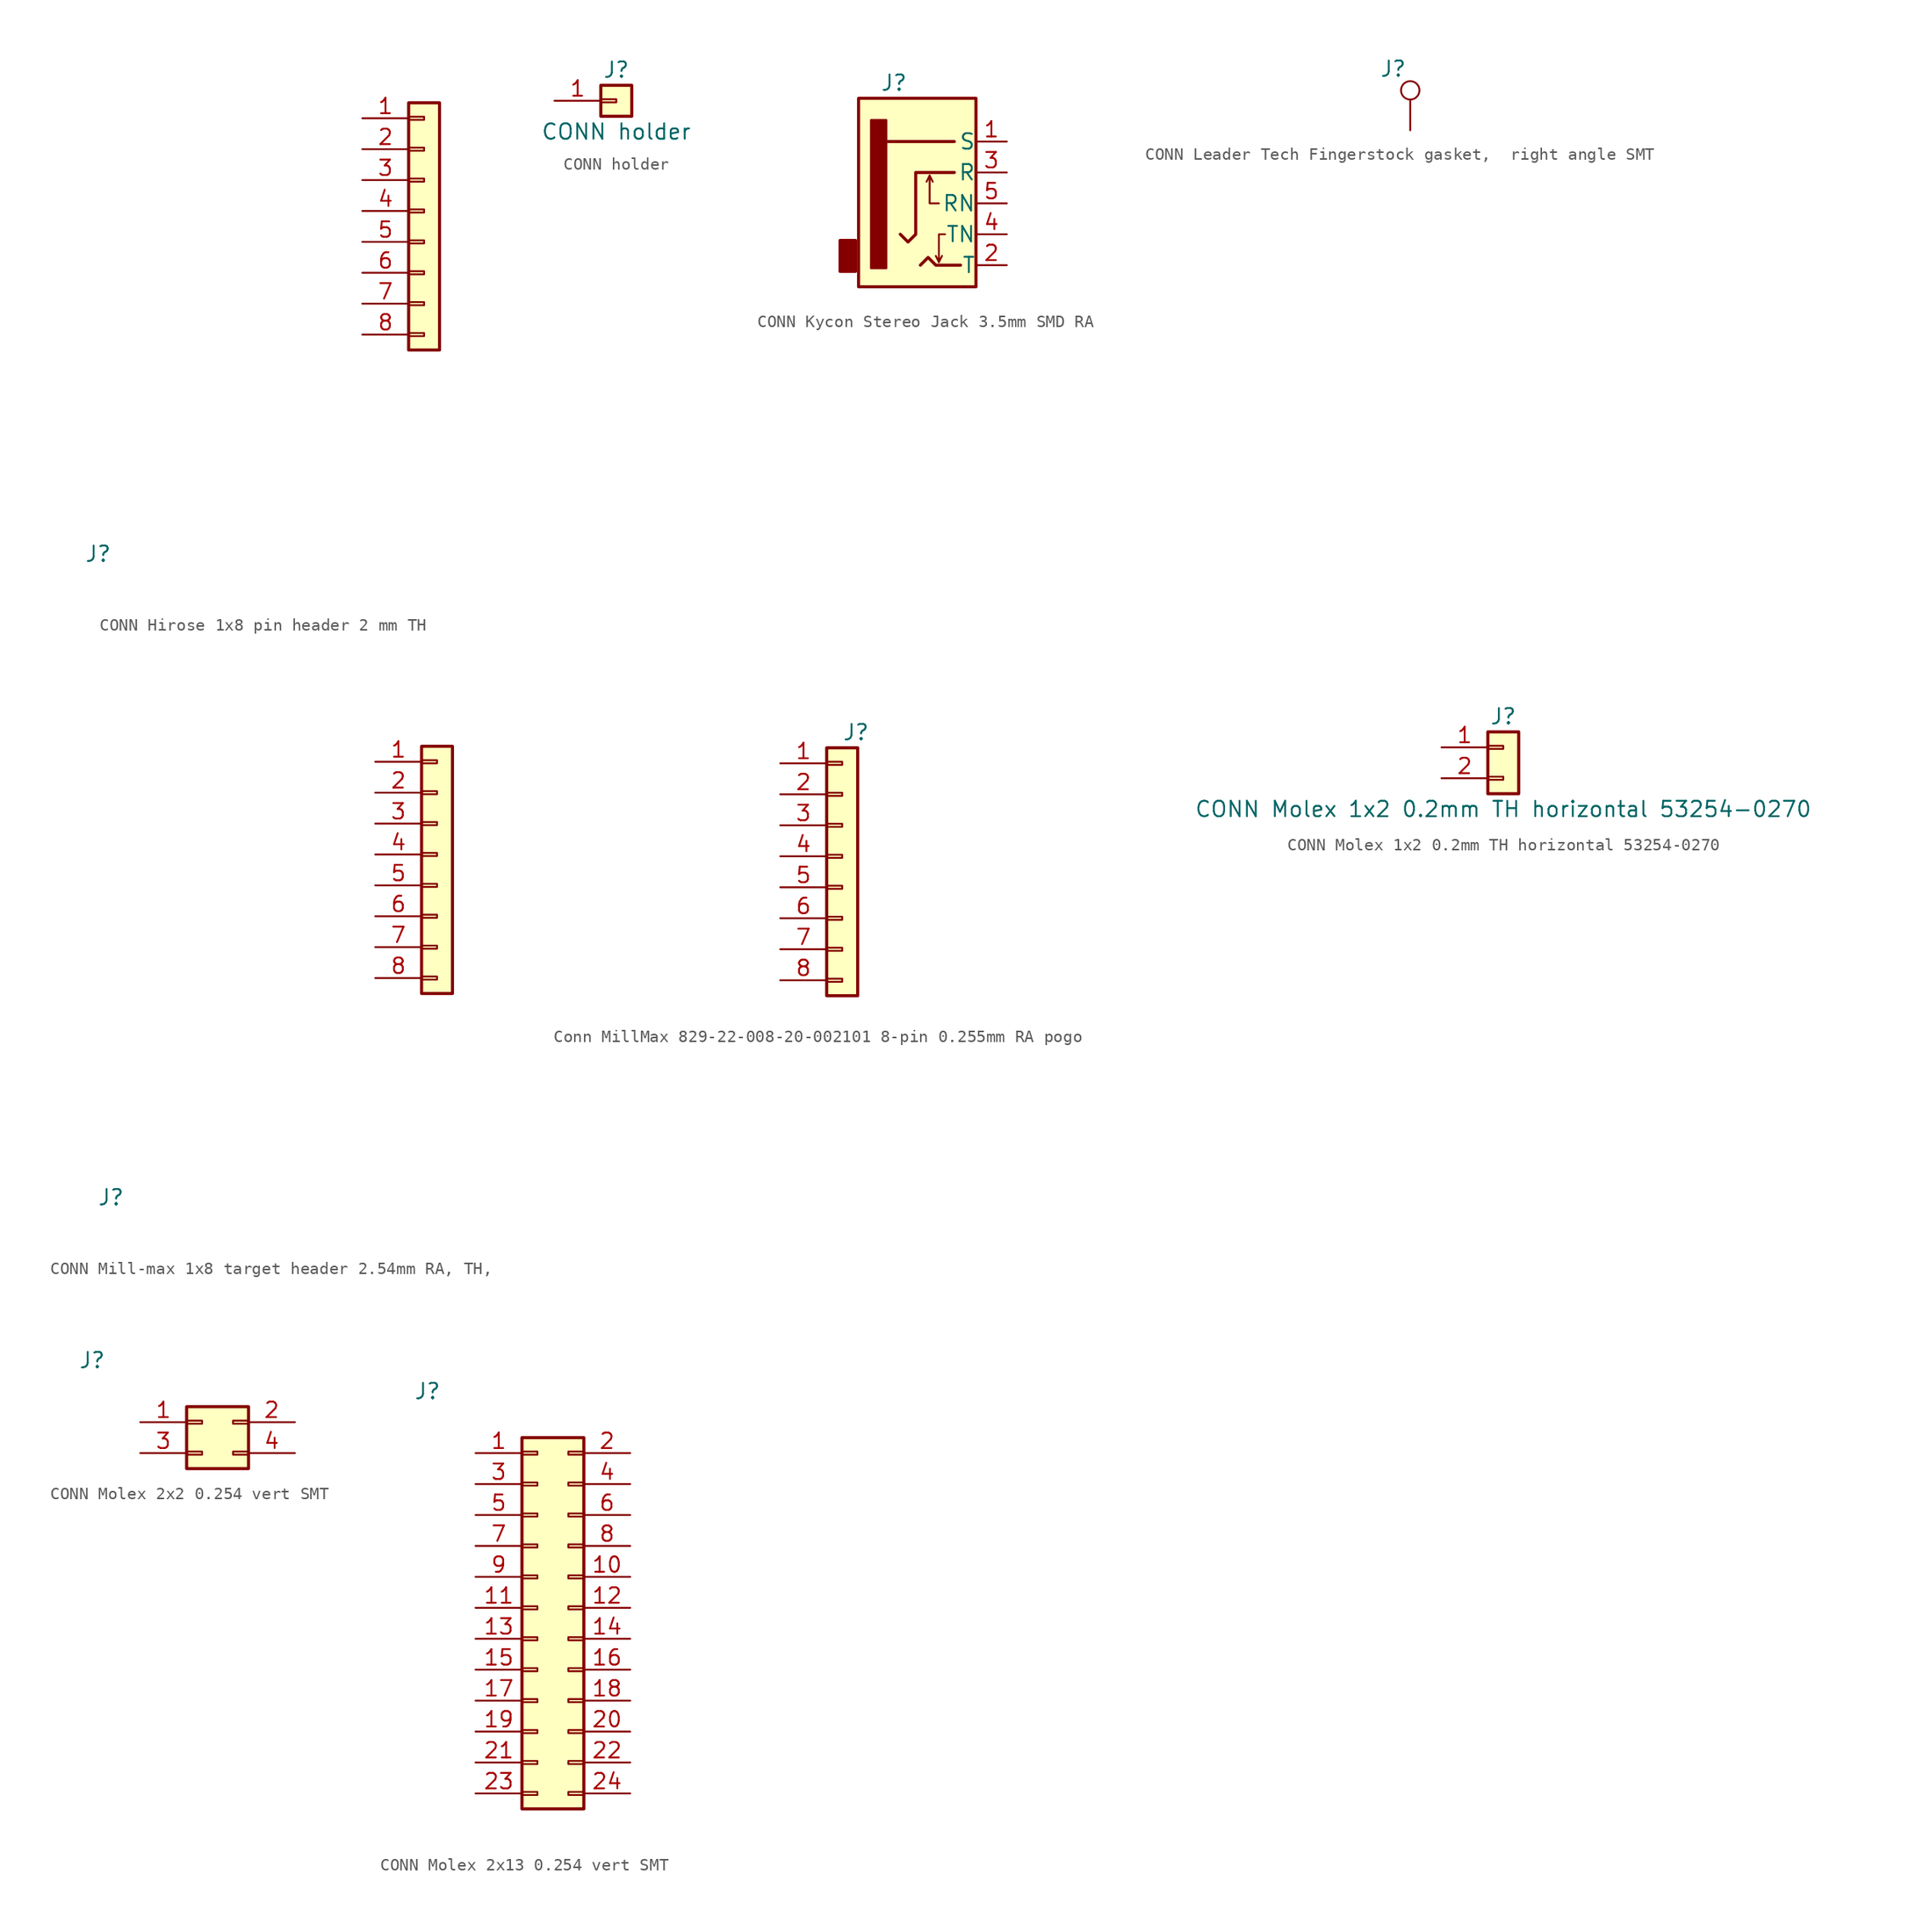
<source format=kicad_sym>
(kicad_symbol_lib
  (version 20241209)
  (generator "kicad_symbol_editor")
  (generator_version "9.0")
  (symbol "CONN Hirose 1x8 pin header 2 mm TH"
    (pin_names
      (offset 0)
      (hide yes))
    (property "Reference" "J"
      (at -26.67 -28.194 0)
      (effects (font (size 1.27 1.27)) (justify left)))
    (symbol "CONN Hirose 1x8 pin header 2 mm TH_1_1"
      (rectangle (start 0 8.89) (end 2.54 -11.43) (stroke (width 0.254) (type default)) (fill (type background)))
      (rectangle (start 0 7.747) (end 1.27 7.493) (stroke (width 0.152) (type default)) (fill (type none)))
      (rectangle (start 0 5.207) (end 1.27 4.953) (stroke (width 0.152) (type default)) (fill (type none)))
      (rectangle (start 0 2.667) (end 1.27 2.413) (stroke (width 0.152) (type default)) (fill (type none)))
      (rectangle (start 0 0.127) (end 1.27 -0.127) (stroke (width 0.152) (type default)) (fill (type none)))
      (rectangle (start 0 -2.413) (end 1.27 -2.667) (stroke (width 0.152) (type default)) (fill (type none)))
      (rectangle (start 0 -4.953) (end 1.27 -5.207) (stroke (width 0.152) (type default)) (fill (type none)))
      (rectangle (start 0 -7.493) (end 1.27 -7.747) (stroke (width 0.152) (type default)) (fill (type none)))
      (rectangle (start 0 -10.033) (end 1.27 -10.287) (stroke (width 0.152) (type default)) (fill (type none)))
      (pin passive line (at -3.81 7.62 0) (length 3.81) (name "Pin_1" (effects (font (size 1.27 1.27)))) (number "1" (effects (font (size 1.27 1.27)))))
      (pin passive line (at -3.81 5.08 0) (length 3.81) (name "Pin_2" (effects (font (size 1.27 1.27)))) (number "2" (effects (font (size 1.27 1.27)))))
      (pin passive line (at -3.81 2.54 0) (length 3.81) (name "Pin_3" (effects (font (size 1.27 1.27)))) (number "3" (effects (font (size 1.27 1.27)))))
      (pin passive line (at -3.81 0 0) (length 3.81) (name "Pin_4" (effects (font (size 1.27 1.27)))) (number "4" (effects (font (size 1.27 1.27)))))
      (pin passive line (at -3.81 -2.54 0) (length 3.81) (name "Pin_5" (effects (font (size 1.27 1.27)))) (number "5" (effects (font (size 1.27 1.27)))))
      (pin passive line (at -3.81 -5.08 0) (length 3.81) (name "Pin_6" (effects (font (size 1.27 1.27)))) (number "6" (effects (font (size 1.27 1.27)))))
      (pin passive line (at -3.81 -7.62 0) (length 3.81) (name "Pin_7" (effects (font (size 1.27 1.27)))) (number "7" (effects (font (size 1.27 1.27)))))
      (pin passive line (at -3.81 -10.16 0) (length 3.81) (name "Pin_8" (effects (font (size 1.27 1.27)))) (number "8" (effects (font (size 1.27 1.27)))))))
  (symbol "CONN holder"
    (pin_names
      (offset 1.016)
      (hide yes))
    (property "Reference" "J"
      (at 0 2.54 0)
      (effects (font (size 1.27 1.27))))
    (property "Value" "CONN holder"
      (at 0 -2.54 0)
      (effects (font (size 1.27 1.27))))
    (symbol "CONN holder_1_1"
      (rectangle (start -1.27 1.27) (end 1.27 -1.27) (stroke (width 0.254) (type default)) (fill (type background)))
      (rectangle (start -1.27 0.127) (end 0 -0.127) (stroke (width 0.152) (type default)) (fill (type none)))
      (pin passive line (at -5.08 0 0) (length 3.81) (name "Pin_1" (effects (font (size 1.27 1.27)))) (number "1" (effects (font (size 1.27 1.27)))))))
  (symbol "CONN Kycon Stereo Jack 3.5mm SMD RA"
    (pin_names
      (offset 0.002))
    (property "Reference" "J"
      (at -4.064 9.906 0)
      (effects (font (size 1.27 1.27)) (justify left)))
    (symbol "CONN Kycon Stereo Jack 3.5mm SMD RA_0_1"
      (rectangle (start -7.366 -3.048) (end -6.096 -5.588) (stroke (width 0.254) (type default)) (fill (type outline)))
      (rectangle (start -5.842 8.636) (end 3.81 -6.858) (stroke (width 0.254) (type default)) (fill (type background)))
      (polyline (pts (xy -2.413 -2.54) (xy -1.778 -3.175) (xy -1.143 -2.54) (xy -1.143 2.54) (xy 2.032 2.54)) (stroke (width 0.254) (type default)) (fill (type none)))
      (polyline (pts (xy -0.762 -5.08) (xy -0.127 -4.445) (xy 0.508 -5.08) (xy 2.54 -5.08)) (stroke (width 0.254) (type default)) (fill (type none)))
      (polyline (pts (xy 0 2.286) (xy 0.254 1.778)) (stroke (width 0) (type default)) (fill (type none)))
      (polyline (pts (xy 0.762 0) (xy 0 0) (xy 0 2.286) (xy -0.254 1.778)) (stroke (width 0) (type default)) (fill (type none)))
      (polyline (pts (xy 0.762 -4.826) (xy 1.016 -4.318)) (stroke (width 0) (type default)) (fill (type none)))
      (polyline (pts (xy 1.27 -2.54) (xy 0.762 -2.54) (xy 0.762 -4.826) (xy 0.508 -4.318)) (stroke (width 0) (type default)) (fill (type none))))
    (symbol "CONN Kycon Stereo Jack 3.5mm SMD RA_1_1"
      (rectangle (start -4.826 6.858) (end -3.556 -5.334) (stroke (width 0) (type solid)) (fill (type outline)))
      (polyline (pts (xy 2.032 5.08) (xy -3.81 5.08)) (stroke (width 0.254) (type solid)) (fill (type none)))
      (pin passive line (at 6.35 5.08 180) (length 2.54) (name "S" (effects (font (size 1.27 1.27)))) (number "1" (effects (font (size 1.27 1.27)))))
      (pin passive line (at 6.35 2.54 180) (length 2.54) (name "R" (effects (font (size 1.27 1.27)))) (number "3" (effects (font (size 1.27 1.27)))))
      (pin passive line (at 6.35 0 180) (length 2.54) (name "RN" (effects (font (size 1.27 1.27)))) (number "5" (effects (font (size 1.27 1.27)))))
      (pin passive line (at 6.35 -2.54 180) (length 2.54) (name "TN" (effects (font (size 1.27 1.27)))) (number "4" (effects (font (size 1.27 1.27)))))
      (pin passive line (at 6.35 -5.08 180) (length 2.54) (name "T" (effects (font (size 1.27 1.27)))) (number "2" (effects (font (size 1.27 1.27)))))))
  (symbol "CONN Leader Tech Fingerstock gasket,  right angle SMT"
    (pin_numbers
      (hide yes))
    (pin_names
      (offset 0)
      (hide yes))
    (property "Reference" "J"
      (at -2.54 5.08 0)
      (effects (font (size 1.27 1.27)) (justify left)))
    (symbol "CONN Leader Tech Fingerstock gasket,  right angle SMT_0_1"
      (circle (center 0 3.302) (radius 0.762) (stroke (width 0) (type default)) (fill (type none))))
    (symbol "CONN Leader Tech Fingerstock gasket,  right angle SMT_1_1"
      (pin passive line (at 0 0 90) (length 2.54) (name "1" (effects (font (size 1.27 1.27)))) (number "1" (effects (font (size 1.27 1.27)))))))
  (symbol "CONN Mill-max 1x8 target header 2.54mm RA, TH, "
    (pin_names
      (offset 0)
      (hide yes))
    (property "Reference" "J"
      (at -26.67 -28.194 0)
      (effects (font (size 1.27 1.27)) (justify left)))
    (symbol "CONN Mill-max 1x8 target header 2.54mm RA, TH, _1_1"
      (rectangle (start 0 8.89) (end 2.54 -11.43) (stroke (width 0.254) (type default)) (fill (type background)))
      (rectangle (start 0 7.747) (end 1.27 7.493) (stroke (width 0.152) (type default)) (fill (type none)))
      (rectangle (start 0 5.207) (end 1.27 4.953) (stroke (width 0.152) (type default)) (fill (type none)))
      (rectangle (start 0 2.667) (end 1.27 2.413) (stroke (width 0.152) (type default)) (fill (type none)))
      (rectangle (start 0 0.127) (end 1.27 -0.127) (stroke (width 0.152) (type default)) (fill (type none)))
      (rectangle (start 0 -2.413) (end 1.27 -2.667) (stroke (width 0.152) (type default)) (fill (type none)))
      (rectangle (start 0 -4.953) (end 1.27 -5.207) (stroke (width 0.152) (type default)) (fill (type none)))
      (rectangle (start 0 -7.493) (end 1.27 -7.747) (stroke (width 0.152) (type default)) (fill (type none)))
      (rectangle (start 0 -10.033) (end 1.27 -10.287) (stroke (width 0.152) (type default)) (fill (type none)))
      (pin passive line (at -3.81 7.62 0) (length 3.81) (name "Pin_1" (effects (font (size 1.27 1.27)))) (number "1" (effects (font (size 1.27 1.27)))))
      (pin passive line (at -3.81 5.08 0) (length 3.81) (name "Pin_2" (effects (font (size 1.27 1.27)))) (number "2" (effects (font (size 1.27 1.27)))))
      (pin passive line (at -3.81 2.54 0) (length 3.81) (name "Pin_3" (effects (font (size 1.27 1.27)))) (number "3" (effects (font (size 1.27 1.27)))))
      (pin passive line (at -3.81 0 0) (length 3.81) (name "Pin_4" (effects (font (size 1.27 1.27)))) (number "4" (effects (font (size 1.27 1.27)))))
      (pin passive line (at -3.81 -2.54 0) (length 3.81) (name "Pin_5" (effects (font (size 1.27 1.27)))) (number "5" (effects (font (size 1.27 1.27)))))
      (pin passive line (at -3.81 -5.08 0) (length 3.81) (name "Pin_6" (effects (font (size 1.27 1.27)))) (number "6" (effects (font (size 1.27 1.27)))))
      (pin passive line (at -3.81 -7.62 0) (length 3.81) (name "Pin_7" (effects (font (size 1.27 1.27)))) (number "7" (effects (font (size 1.27 1.27)))))
      (pin passive line (at -3.81 -10.16 0) (length 3.81) (name "Pin_8" (effects (font (size 1.27 1.27)))) (number "8" (effects (font (size 1.27 1.27)))))))
  (symbol "Conn MillMax 829-22-008-20-002101 8-pin 0.255mm RA pogo"
    (pin_names
      (offset 0)
      (hide yes))
    (property "Reference" "J"
      (at 0 12.7 0)
      (effects (font (size 1.27 1.27)) (justify left)))
    (symbol "Conn MillMax 829-22-008-20-002101 8-pin 0.255mm RA pogo_1_1"
      (rectangle (start -1.27 11.43) (end 1.27 -8.89) (stroke (width 0.254) (type default)) (fill (type background)))
      (rectangle (start -1.27 10.287) (end 0 10.033) (stroke (width 0.152) (type default)) (fill (type none)))
      (rectangle (start -1.27 7.747) (end 0 7.493) (stroke (width 0.152) (type default)) (fill (type none)))
      (rectangle (start -1.27 5.207) (end 0 4.953) (stroke (width 0.152) (type default)) (fill (type none)))
      (rectangle (start -1.27 2.667) (end 0 2.413) (stroke (width 0.152) (type default)) (fill (type none)))
      (rectangle (start -1.27 0.127) (end 0 -0.127) (stroke (width 0.152) (type default)) (fill (type none)))
      (rectangle (start -1.27 -2.413) (end 0 -2.667) (stroke (width 0.152) (type default)) (fill (type none)))
      (rectangle (start -1.27 -4.953) (end 0 -5.207) (stroke (width 0.152) (type default)) (fill (type none)))
      (rectangle (start -1.27 -7.493) (end 0 -7.747) (stroke (width 0.152) (type default)) (fill (type none)))
      (pin passive line (at -5.08 10.16 0) (length 3.81) (name "Pin_1" (effects (font (size 1.27 1.27)))) (number "1" (effects (font (size 1.27 1.27)))))
      (pin passive line (at -5.08 7.62 0) (length 3.81) (name "Pin_2" (effects (font (size 1.27 1.27)))) (number "2" (effects (font (size 1.27 1.27)))))
      (pin passive line (at -5.08 5.08 0) (length 3.81) (name "Pin_3" (effects (font (size 1.27 1.27)))) (number "3" (effects (font (size 1.27 1.27)))))
      (pin passive line (at -5.08 2.54 0) (length 3.81) (name "Pin_4" (effects (font (size 1.27 1.27)))) (number "4" (effects (font (size 1.27 1.27)))))
      (pin passive line (at -5.08 0 0) (length 3.81) (name "Pin_5" (effects (font (size 1.27 1.27)))) (number "5" (effects (font (size 1.27 1.27)))))
      (pin passive line (at -5.08 -2.54 0) (length 3.81) (name "Pin_6" (effects (font (size 1.27 1.27)))) (number "6" (effects (font (size 1.27 1.27)))))
      (pin passive line (at -5.08 -5.08 0) (length 3.81) (name "Pin_7" (effects (font (size 1.27 1.27)))) (number "7" (effects (font (size 1.27 1.27)))))
      (pin passive line (at -5.08 -7.62 0) (length 3.81) (name "Pin_8" (effects (font (size 1.27 1.27)))) (number "8" (effects (font (size 1.27 1.27)))))))
  (symbol "CONN Molex 1x2 0.2mm TH horizontal 53254-0270"
    (pin_names
      (offset 1.016)
      (hide yes))
    (property "Reference" "J"
      (at 0 2.54 0)
      (effects (font (size 1.27 1.27))))
    (property "Value" "CONN Molex 1x2 0.2mm TH horizontal 53254-0270"
      (at 0 -5.08 0)
      (effects (font (size 1.27 1.27))))
    (symbol "CONN Molex 1x2 0.2mm TH horizontal 53254-0270_1_1"
      (rectangle (start -1.27 1.27) (end 1.27 -3.81) (stroke (width 0.254) (type default)) (fill (type background)))
      (rectangle (start -1.27 0.127) (end 0 -0.127) (stroke (width 0.152) (type default)) (fill (type none)))
      (rectangle (start -1.27 -2.413) (end 0 -2.667) (stroke (width 0.152) (type default)) (fill (type none)))
      (pin passive line (at -5.08 0 0) (length 3.81) (name "Pin_1" (effects (font (size 1.27 1.27)))) (number "1" (effects (font (size 1.27 1.27)))))
      (pin passive line (at -5.08 -2.54 0) (length 3.81) (name "Pin_2" (effects (font (size 1.27 1.27)))) (number "2" (effects (font (size 1.27 1.27)))))))
  (symbol "CONN Molex 2x2 0.254 vert SMT"
    (pin_names
      (offset 0)
      (hide yes))
    (property "Reference" "J"
      (at -5.08 5.08 0)
      (effects (font (size 1.27 1.27)) (justify left)))
    (symbol "CONN Molex 2x2 0.254 vert SMT_1_1"
      (rectangle (start 3.81 1.27) (end 8.89 -3.81) (stroke (width 0.254) (type default)) (fill (type background)))
      (rectangle (start 3.81 0.127) (end 5.08 -0.127) (stroke (width 0.152) (type default)) (fill (type none)))
      (rectangle (start 3.81 -2.413) (end 5.08 -2.667) (stroke (width 0.152) (type default)) (fill (type none)))
      (rectangle (start 8.89 0.127) (end 7.62 -0.127) (stroke (width 0.152) (type default)) (fill (type none)))
      (rectangle (start 8.89 -2.413) (end 7.62 -2.667) (stroke (width 0.152) (type default)) (fill (type none)))
      (pin passive line (at 0 0 0) (length 3.81) (name "Pin_1" (effects (font (size 1.27 1.27)))) (number "1" (effects (font (size 1.27 1.27)))))
      (pin passive line (at 0 -2.54 0) (length 3.81) (name "Pin_3" (effects (font (size 1.27 1.27)))) (number "3" (effects (font (size 1.27 1.27)))))
      (pin passive line (at 12.7 0 180) (length 3.81) (name "Pin_2" (effects (font (size 1.27 1.27)))) (number "2" (effects (font (size 1.27 1.27)))))
      (pin passive line (at 12.7 -2.54 180) (length 3.81) (name "Pin_4" (effects (font (size 1.27 1.27)))) (number "4" (effects (font (size 1.27 1.27)))))))
  (symbol "CONN Molex 2x13 0.254 vert SMT"
    (pin_names
      (offset 0)
      (hide yes))
    (property "Reference" "J"
      (at -5.08 5.08 0)
      (effects (font (size 1.27 1.27)) (justify left)))
    (symbol "CONN Molex 2x13 0.254 vert SMT_1_1"
      (rectangle (start 3.81 1.27) (end 8.89 -29.21) (stroke (width 0.254) (type default)) (fill (type background)))
      (rectangle (start 3.81 0.127) (end 5.08 -0.127) (stroke (width 0.152) (type default)) (fill (type none)))
      (rectangle (start 3.81 -2.413) (end 5.08 -2.667) (stroke (width 0.152) (type default)) (fill (type none)))
      (rectangle (start 3.81 -4.953) (end 5.08 -5.207) (stroke (width 0.152) (type default)) (fill (type none)))
      (rectangle (start 3.81 -7.493) (end 5.08 -7.747) (stroke (width 0.152) (type default)) (fill (type none)))
      (rectangle (start 3.81 -10.033) (end 5.08 -10.287) (stroke (width 0.152) (type default)) (fill (type none)))
      (rectangle (start 3.81 -12.573) (end 5.08 -12.827) (stroke (width 0.152) (type default)) (fill (type none)))
      (rectangle (start 3.81 -15.113) (end 5.08 -15.367) (stroke (width 0.152) (type default)) (fill (type none)))
      (rectangle (start 3.81 -17.653) (end 5.08 -17.907) (stroke (width 0.152) (type default)) (fill (type none)))
      (rectangle (start 3.81 -20.193) (end 5.08 -20.447) (stroke (width 0.152) (type default)) (fill (type none)))
      (rectangle (start 3.81 -22.733) (end 5.08 -22.987) (stroke (width 0.152) (type default)) (fill (type none)))
      (rectangle (start 3.81 -25.273) (end 5.08 -25.527) (stroke (width 0.152) (type default)) (fill (type none)))
      (rectangle (start 3.81 -27.813) (end 5.08 -28.067) (stroke (width 0.152) (type default)) (fill (type none)))
      (rectangle (start 8.89 0.127) (end 7.62 -0.127) (stroke (width 0.152) (type default)) (fill (type none)))
      (rectangle (start 8.89 -2.413) (end 7.62 -2.667) (stroke (width 0.152) (type default)) (fill (type none)))
      (rectangle (start 8.89 -4.953) (end 7.62 -5.207) (stroke (width 0.152) (type default)) (fill (type none)))
      (rectangle (start 8.89 -7.493) (end 7.62 -7.747) (stroke (width 0.152) (type default)) (fill (type none)))
      (rectangle (start 8.89 -10.033) (end 7.62 -10.287) (stroke (width 0.152) (type default)) (fill (type none)))
      (rectangle (start 8.89 -12.573) (end 7.62 -12.827) (stroke (width 0.152) (type default)) (fill (type none)))
      (rectangle (start 8.89 -15.113) (end 7.62 -15.367) (stroke (width 0.152) (type default)) (fill (type none)))
      (rectangle (start 8.89 -17.653) (end 7.62 -17.907) (stroke (width 0.152) (type default)) (fill (type none)))
      (rectangle (start 8.89 -20.193) (end 7.62 -20.447) (stroke (width 0.152) (type default)) (fill (type none)))
      (rectangle (start 8.89 -22.733) (end 7.62 -22.987) (stroke (width 0.152) (type default)) (fill (type none)))
      (rectangle (start 8.89 -25.273) (end 7.62 -25.527) (stroke (width 0.152) (type default)) (fill (type none)))
      (rectangle (start 8.89 -27.813) (end 7.62 -28.067) (stroke (width 0.152) (type default)) (fill (type none)))
      (pin passive line (at 0 0 0) (length 3.81) (name "Pin_1" (effects (font (size 1.27 1.27)))) (number "1" (effects (font (size 1.27 1.27)))))
      (pin passive line (at 0 -2.54 0) (length 3.81) (name "Pin_3" (effects (font (size 1.27 1.27)))) (number "3" (effects (font (size 1.27 1.27)))))
      (pin passive line (at 0 -5.08 0) (length 3.81) (name "Pin_5" (effects (font (size 1.27 1.27)))) (number "5" (effects (font (size 1.27 1.27)))))
      (pin passive line (at 0 -7.62 0) (length 3.81) (name "Pin_7" (effects (font (size 1.27 1.27)))) (number "7" (effects (font (size 1.27 1.27)))))
      (pin passive line (at 0 -10.16 0) (length 3.81) (name "Pin_9" (effects (font (size 1.27 1.27)))) (number "9" (effects (font (size 1.27 1.27)))))
      (pin passive line (at 0 -12.7 0) (length 3.81) (name "Pin_11" (effects (font (size 1.27 1.27)))) (number "11" (effects (font (size 1.27 1.27)))))
      (pin passive line (at 0 -15.24 0) (length 3.81) (name "Pin_13" (effects (font (size 1.27 1.27)))) (number "13" (effects (font (size 1.27 1.27)))))
      (pin passive line (at 0 -17.78 0) (length 3.81) (name "Pin_15" (effects (font (size 1.27 1.27)))) (number "15" (effects (font (size 1.27 1.27)))))
      (pin passive line (at 0 -20.32 0) (length 3.81) (name "Pin_17" (effects (font (size 1.27 1.27)))) (number "17" (effects (font (size 1.27 1.27)))))
      (pin passive line (at 0 -22.86 0) (length 3.81) (name "Pin_19" (effects (font (size 1.27 1.27)))) (number "19" (effects (font (size 1.27 1.27)))))
      (pin passive line (at 0 -25.4 0) (length 3.81) (name "Pin_21" (effects (font (size 1.27 1.27)))) (number "21" (effects (font (size 1.27 1.27)))))
      (pin passive line (at 0 -27.94 0) (length 3.81) (name "Pin_23" (effects (font (size 1.27 1.27)))) (number "23" (effects (font (size 1.27 1.27)))))
      (pin passive line (at 12.7 0 180) (length 3.81) (name "Pin_2" (effects (font (size 1.27 1.27)))) (number "2" (effects (font (size 1.27 1.27)))))
      (pin passive line (at 12.7 -2.54 180) (length 3.81) (name "Pin_4" (effects (font (size 1.27 1.27)))) (number "4" (effects (font (size 1.27 1.27)))))
      (pin passive line (at 12.7 -5.08 180) (length 3.81) (name "Pin_6" (effects (font (size 1.27 1.27)))) (number "6" (effects (font (size 1.27 1.27)))))
      (pin passive line (at 12.7 -7.62 180) (length 3.81) (name "Pin_8" (effects (font (size 1.27 1.27)))) (number "8" (effects (font (size 1.27 1.27)))))
      (pin passive line (at 12.7 -10.16 180) (length 3.81) (name "Pin_10" (effects (font (size 1.27 1.27)))) (number "10" (effects (font (size 1.27 1.27)))))
      (pin passive line (at 12.7 -12.7 180) (length 3.81) (name "Pin_12" (effects (font (size 1.27 1.27)))) (number "12" (effects (font (size 1.27 1.27)))))
      (pin passive line (at 12.7 -15.24 180) (length 3.81) (name "Pin_14" (effects (font (size 1.27 1.27)))) (number "14" (effects (font (size 1.27 1.27)))))
      (pin passive line (at 12.7 -17.78 180) (length 3.81) (name "Pin_16" (effects (font (size 1.27 1.27)))) (number "16" (effects (font (size 1.27 1.27)))))
      (pin passive line (at 12.7 -20.32 180) (length 3.81) (name "Pin_18" (effects (font (size 1.27 1.27)))) (number "18" (effects (font (size 1.27 1.27)))))
      (pin passive line (at 12.7 -22.86 180) (length 3.81) (name "Pin_20" (effects (font (size 1.27 1.27)))) (number "20" (effects (font (size 1.27 1.27)))))
      (pin passive line (at 12.7 -25.4 180) (length 3.81) (name "Pin_22" (effects (font (size 1.27 1.27)))) (number "22" (effects (font (size 1.27 1.27)))))
      (pin passive line (at 12.7 -27.94 180) (length 3.81) (name "Pin_24" (effects (font (size 1.27 1.27)))) (number "24" (effects (font (size 1.27 1.27))))))))
</source>
